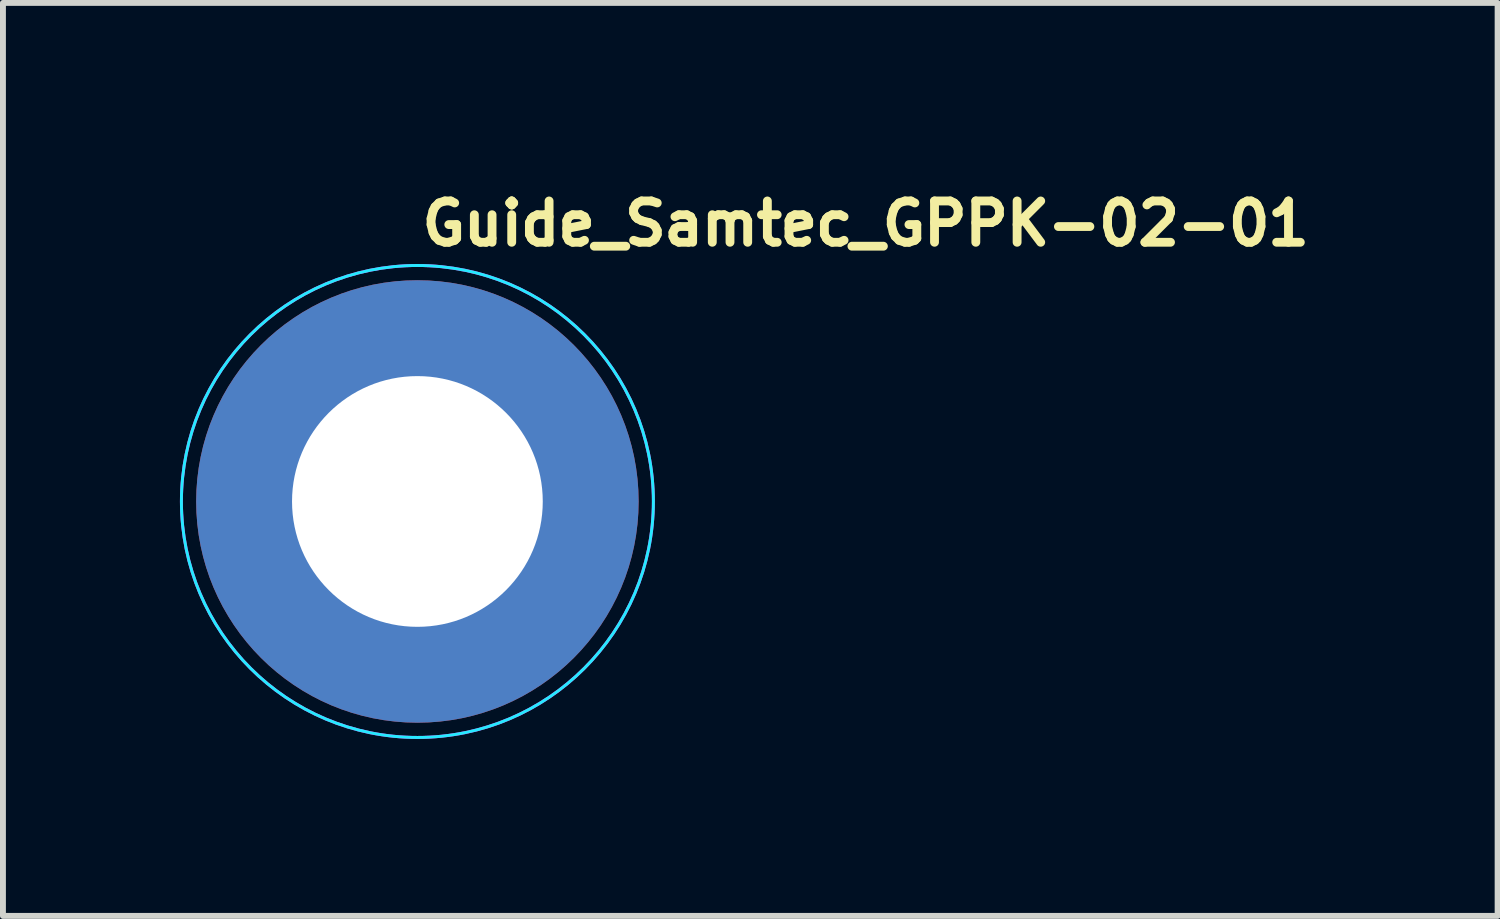
<source format=kicad_pcb>
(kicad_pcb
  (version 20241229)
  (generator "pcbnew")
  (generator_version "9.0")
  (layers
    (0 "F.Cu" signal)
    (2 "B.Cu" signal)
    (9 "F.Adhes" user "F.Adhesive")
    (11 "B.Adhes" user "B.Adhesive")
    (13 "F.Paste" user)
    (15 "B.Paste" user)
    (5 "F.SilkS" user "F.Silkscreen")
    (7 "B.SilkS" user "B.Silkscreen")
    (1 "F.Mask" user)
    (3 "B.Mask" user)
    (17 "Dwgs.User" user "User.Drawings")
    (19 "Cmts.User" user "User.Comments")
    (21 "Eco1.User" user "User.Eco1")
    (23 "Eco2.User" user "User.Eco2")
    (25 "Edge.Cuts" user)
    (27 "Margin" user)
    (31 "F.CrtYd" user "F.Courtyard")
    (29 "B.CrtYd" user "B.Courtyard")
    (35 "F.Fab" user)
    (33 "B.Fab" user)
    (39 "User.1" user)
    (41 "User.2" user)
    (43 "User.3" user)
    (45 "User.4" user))
  (footprint "Guide_Samtec_GPPK-02-01"
    (layer "F.Cu")
    (at 4.025 5.45)
    (property "Reference" "Guide_Samtec_GPPK-02-01" (at 0 -4.3 0) (unlocked yes) (layer "F.SilkS") (effects (font (size 0.7 0.7) (thickness 0.15)) (justify left bottom)))
    (attr through_hole)
    (fp_circle (center 0 0) (end 4 0) (stroke (width 0.05) (type default)) (fill no) (layer "B.CrtYd"))
    (fp_circle (center 0 0) (end 0 -4) (stroke (width 0.05) (type default)) (fill no) (layer "F.CrtYd"))
    (fp_rect (start -3.5 -3.099) (end 3.536 3.099) (stroke (width 0.15) (type solid)) (fill no) (layer "User.5"))
    (fp_line (start -1.647 -3.099) (end 1.683 -3.099) (stroke (width 0.01) (type solid)) (layer "User.9"))
    (fp_line (start 1.683 3.099) (end -1.647 3.099) (stroke (width 0.01) (type solid)) (layer "User.9"))
    (fp_arc (start -1.647 3.099) (mid -3.509474 0) (end -1.647 -3.099) (stroke (width 0.01) (type default)) (layer "User.9"))
    (fp_arc (start 1.682999 -3.098999) (mid 3.526511 0) (end 1.682999 3.098999) (stroke (width 0.01) (type default)) (layer "User.9"))
    (fp_circle (center -0.018 0) (end 1.5 0) (stroke (width 0.01) (type default)) (fill no) (layer "User.9"))
    (fp_circle (center -0.018 0) (end 2.083 0) (stroke (width 0.01) (type default)) (fill no) (layer "User.9"))
    (fp_circle (center -0.018 0) (end 2.381 0) (stroke (width 0.01) (type default)) (fill no) (layer "User.9"))
    (fp_circle (center -0.018 0) (end 2.593 0) (stroke (width 0.01) (type default)) (fill no) (layer "User.9"))
    (fp_circle (center -0.018 0) (end 2.678 0) (stroke (width 0.01) (type default)) (fill no) (layer "User.9"))
    (fp_circle (center 0 0) (end 1.248 0) (stroke (width 0.01) (type default)) (fill no) (layer "User.9"))
    (pad "1" thru_hole circle (at 0 0) (size 7.5 7.5) (drill 4.25) (layers "*.Cu" "*.Mask")))
  (gr_rect
    (start -3 -3)
    (end 22.335 12.475)
    (stroke (width 0.1) (type default))
    (fill no)
    (layer "Edge.Cuts")))
</source>
